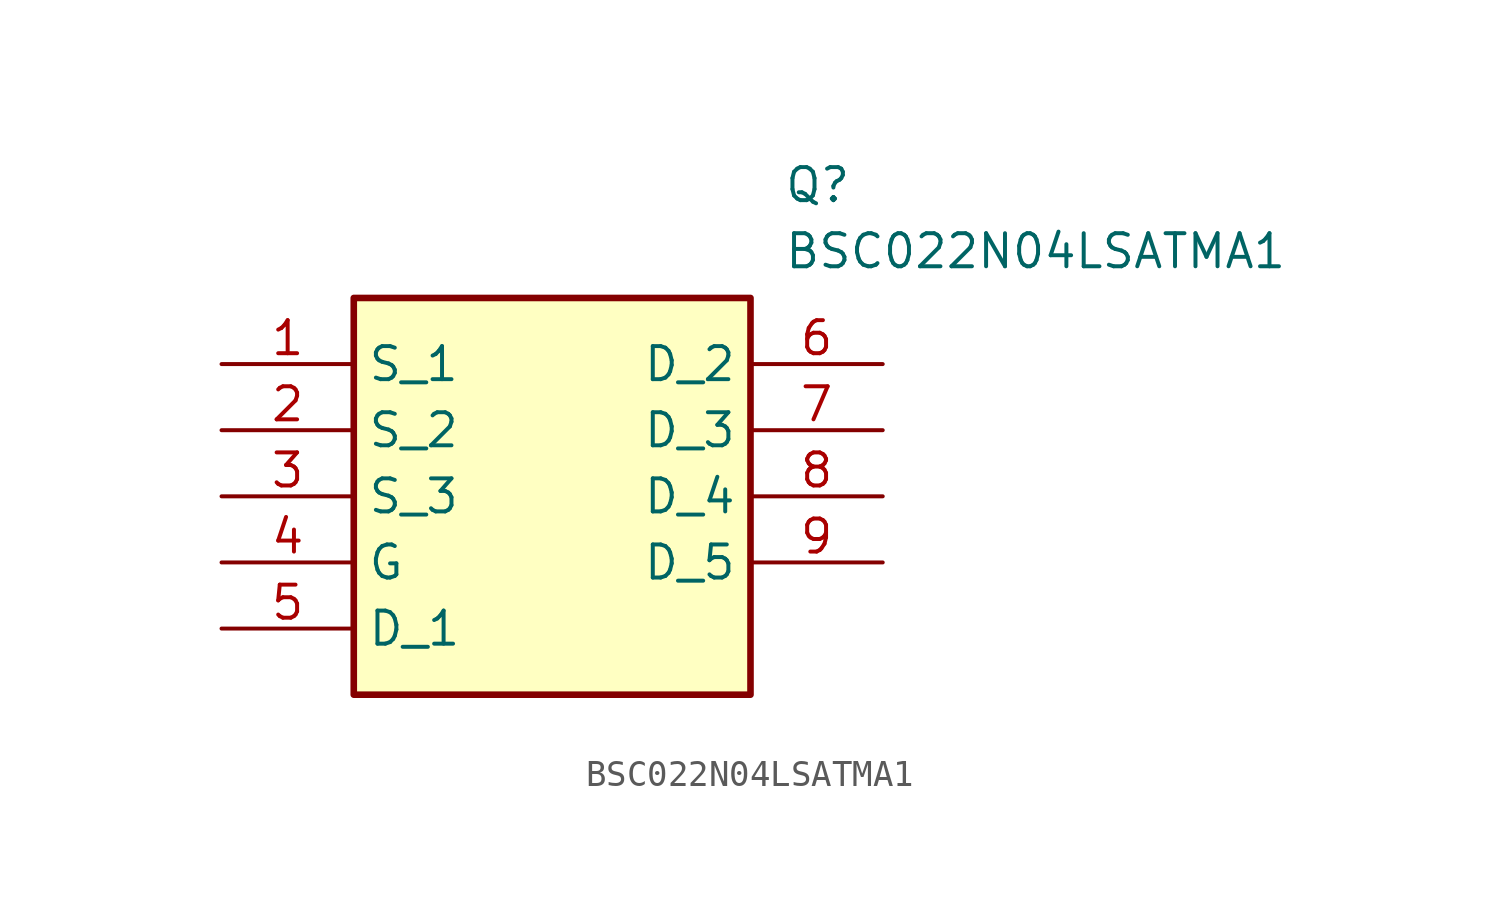
<source format=kicad_sym>
(kicad_symbol_lib
  (version 20211014)
  (generator SamacSys_ECAD_Model)
  (symbol "BSC022N04LSATMA1"
    (property "Reference" "Q"
      (at 21.59 7.62 0)
      (effects (font (size 1.27 1.27)) (justify left top)))
    (property "Value" "BSC022N04LSATMA1"
      (at 21.59 5.08 0)
      (effects (font (size 1.27 1.27)) (justify left top)))
    (rectangle
      (start 5.08 2.54)
      (end 20.32 -12.7)
      (stroke (width 0.254) (type default))
      (fill (type background)))
    (pin passive line
      (at 0 0 0)
      (length 5.08)
      (name "S_1" (effects (font (size 1.27 1.27))))
      (number "1" (effects (font (size 1.27 1.27)))))
    (pin passive line
      (at 0 -2.54 0)
      (length 5.08)
      (name "S_2" (effects (font (size 1.27 1.27))))
      (number "2" (effects (font (size 1.27 1.27)))))
    (pin passive line
      (at 0 -5.08 0)
      (length 5.08)
      (name "S_3" (effects (font (size 1.27 1.27))))
      (number "3" (effects (font (size 1.27 1.27)))))
    (pin passive line
      (at 0 -7.62 0)
      (length 5.08)
      (name "G" (effects (font (size 1.27 1.27))))
      (number "4" (effects (font (size 1.27 1.27)))))
    (pin passive line
      (at 0 -10.16 0)
      (length 5.08)
      (name "D_1" (effects (font (size 1.27 1.27))))
      (number "5" (effects (font (size 1.27 1.27)))))
    (pin passive line
      (at 25.4 0 180)
      (length 5.08)
      (name "D_2" (effects (font (size 1.27 1.27))))
      (number "6" (effects (font (size 1.27 1.27)))))
    (pin passive line
      (at 25.4 -2.54 180)
      (length 5.08)
      (name "D_3" (effects (font (size 1.27 1.27))))
      (number "7" (effects (font (size 1.27 1.27)))))
    (pin passive line
      (at 25.4 -5.08 180)
      (length 5.08)
      (name "D_4" (effects (font (size 1.27 1.27))))
      (number "8" (effects (font (size 1.27 1.27)))))
    (pin passive line
      (at 25.4 -7.62 180)
      (length 5.08)
      (name "D_5" (effects (font (size 1.27 1.27))))
      (number "9" (effects (font (size 1.27 1.27)))))))
</source>
